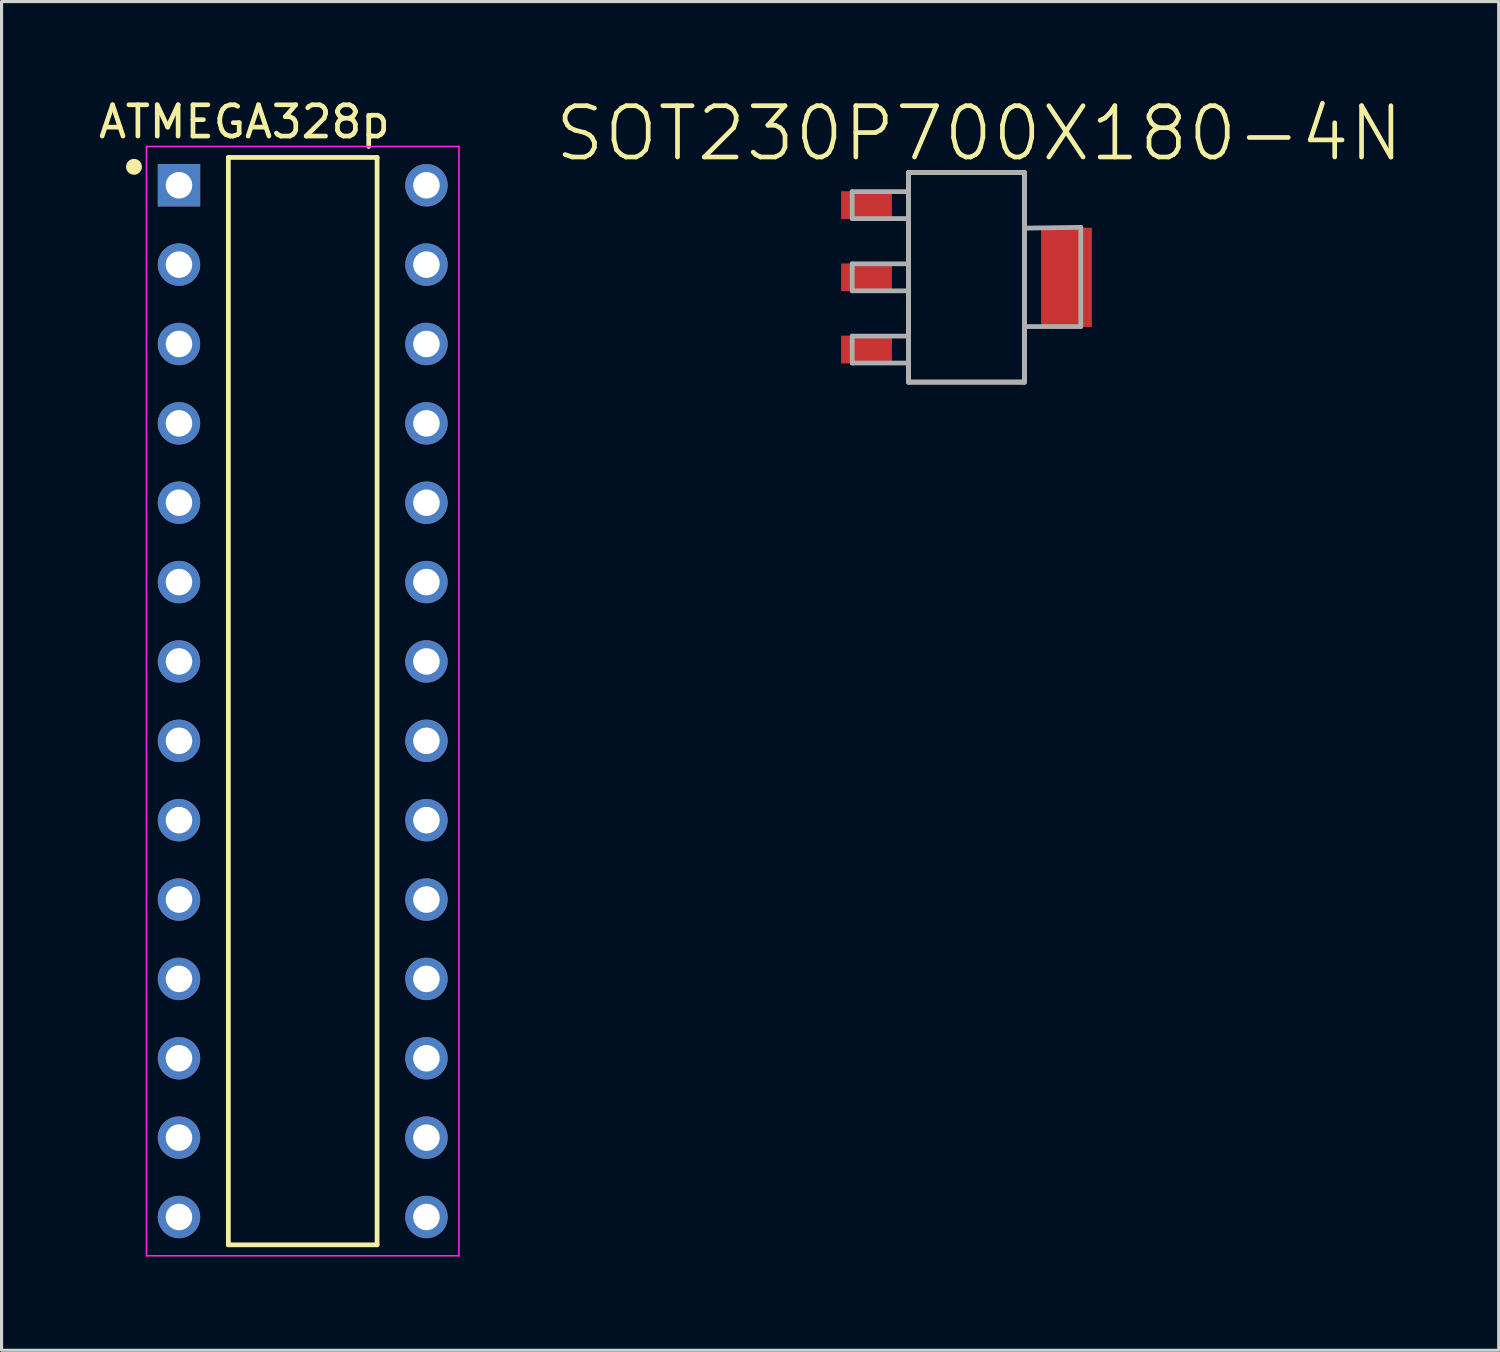
<source format=kicad_pcb>
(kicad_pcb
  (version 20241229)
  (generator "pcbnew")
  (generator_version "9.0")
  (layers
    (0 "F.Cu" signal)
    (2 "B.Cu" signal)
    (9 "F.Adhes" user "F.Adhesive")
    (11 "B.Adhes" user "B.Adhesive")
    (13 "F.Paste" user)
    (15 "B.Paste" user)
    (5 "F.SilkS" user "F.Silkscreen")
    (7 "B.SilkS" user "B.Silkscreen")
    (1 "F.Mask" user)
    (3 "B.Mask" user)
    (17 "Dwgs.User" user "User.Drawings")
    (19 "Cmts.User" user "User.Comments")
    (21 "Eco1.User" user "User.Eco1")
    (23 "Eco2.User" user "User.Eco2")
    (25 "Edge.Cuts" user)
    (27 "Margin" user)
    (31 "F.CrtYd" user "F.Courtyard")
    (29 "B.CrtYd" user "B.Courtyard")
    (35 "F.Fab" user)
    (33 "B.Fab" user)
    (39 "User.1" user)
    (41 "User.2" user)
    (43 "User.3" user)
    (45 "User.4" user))
  (footprint "SOT230P700X180-4N"
    (layer "F.Cu")
    (at 27.882 5.826)
    (property "Reference" "SOT230P700X180-4N" (at 0.407 -4.603 0) (layer "F.SilkS") (effects (font (size 1.642 1.642) (thickness 0.15))))
    (attr smd)
    (fp_line (start -1.854 -3.353) (end -1.854 3.353) (stroke (width 0.152) (type solid)) (layer "F.SilkS"))
    (fp_line (start -1.854 3.353) (end 1.854 3.353) (stroke (width 0.152) (type solid)) (layer "F.SilkS"))
    (fp_line (start 1.854 -3.353) (end -1.854 -3.353) (stroke (width 0.152) (type solid)) (layer "F.SilkS"))
    (fp_line (start 1.854 3.353) (end 1.854 -3.353) (stroke (width 0.152) (type solid)) (layer "F.SilkS"))
    (fp_line (start -3.658 -2.743) (end -3.658 -1.88) (stroke (width 0.152) (type solid)) (layer "F.Fab"))
    (fp_line (start -3.658 -1.88) (end -1.854 -1.88) (stroke (width 0.152) (type solid)) (layer "F.Fab"))
    (fp_line (start -3.658 -0.432) (end -3.658 0.432) (stroke (width 0.152) (type solid)) (layer "F.Fab"))
    (fp_line (start -3.658 0.432) (end -1.854 0.432) (stroke (width 0.152) (type solid)) (layer "F.Fab"))
    (fp_line (start -3.658 1.88) (end -3.658 2.743) (stroke (width 0.152) (type solid)) (layer "F.Fab"))
    (fp_line (start -3.658 2.743) (end -1.854 2.743) (stroke (width 0.152) (type solid)) (layer "F.Fab"))
    (fp_line (start -1.854 -3.353) (end -1.854 3.353) (stroke (width 0.152) (type solid)) (layer "F.Fab"))
    (fp_line (start -1.854 -2.743) (end -3.658 -2.743) (stroke (width 0.152) (type solid)) (layer "F.Fab"))
    (fp_line (start -1.854 -1.88) (end -1.854 -2.743) (stroke (width 0.152) (type solid)) (layer "F.Fab"))
    (fp_line (start -1.854 -0.432) (end -3.658 -0.432) (stroke (width 0.152) (type solid)) (layer "F.Fab"))
    (fp_line (start -1.854 0.432) (end -1.854 -0.432) (stroke (width 0.152) (type solid)) (layer "F.Fab"))
    (fp_line (start -1.854 1.88) (end -3.658 1.88) (stroke (width 0.152) (type solid)) (layer "F.Fab"))
    (fp_line (start -1.854 2.743) (end -1.854 1.88) (stroke (width 0.152) (type solid)) (layer "F.Fab"))
    (fp_line (start -1.854 3.353) (end 1.854 3.353) (stroke (width 0.152) (type solid)) (layer "F.Fab"))
    (fp_line (start 1.854 -3.353) (end -1.854 -3.353) (stroke (width 0.152) (type solid)) (layer "F.Fab"))
    (fp_line (start 1.854 -1.575) (end 1.854 1.575) (stroke (width 0.152) (type solid)) (layer "F.Fab"))
    (fp_line (start 1.854 1.575) (end 3.658 1.575) (stroke (width 0.152) (type solid)) (layer "F.Fab"))
    (fp_line (start 1.854 3.353) (end 1.854 -3.353) (stroke (width 0.152) (type solid)) (layer "F.Fab"))
    (fp_line (start 3.658 -1.6) (end 1.854 -1.575) (stroke (width 0.152) (type solid)) (layer "F.Fab"))
    (fp_line (start 3.658 1.575) (end 3.658 -1.6) (stroke (width 0.152) (type solid)) (layer "F.Fab"))
    (pad "1" smd rect (at -3.2 -2.311) (size 1.626 0.889) (layers "F.Cu" "F.Mask" "F.Paste"))
    (pad "2" smd rect (at -3.2 0) (size 1.626 0.889) (layers "F.Cu" "F.Mask" "F.Paste"))
    (pad "3" smd rect (at -3.2 2.311) (size 1.626 0.889) (layers "F.Cu" "F.Mask" "F.Paste"))
    (pad "4" smd rect (at 3.2 0) (size 1.626 3.175) (layers "F.Cu" "F.Mask" "F.Paste")))
  (footprint "ATMEGA328p"
    (layer "F.Cu")
    (at 6.638 19.389)
    (property "Reference" "ATMEGA328p" (at -1.867 -18.54 0) (layer "F.SilkS") (effects (font (size 1.001 1.001) (thickness 0.15))))
    (attr through_hole)
    (fp_line (start -2.38 -17.4) (end -2.38 17.4) (stroke (width 0.152) (type solid)) (layer "F.SilkS"))
    (fp_line (start 2.38 -17.4) (end -2.38 -17.4) (stroke (width 0.152) (type solid)) (layer "F.SilkS"))
    (fp_line (start 2.38 17.4) (end -2.38 17.4) (stroke (width 0.152) (type solid)) (layer "F.SilkS"))
    (fp_line (start 2.38 17.4) (end 2.38 -17.4) (stroke (width 0.152) (type solid)) (layer "F.SilkS"))
    (fp_circle (center -5.4 -17.1) (end -5.146 -17.1) (stroke (width 0) (type solid)) (fill yes) (layer "F.SilkS"))
    (fp_line (start -5 -17.75) (end 5 -17.75) (stroke (width 0.05) (type solid)) (layer "F.CrtYd"))
    (fp_line (start -5 17.75) (end -5 -17.75) (stroke (width 0.05) (type solid)) (layer "F.CrtYd"))
    (fp_line (start 5 -17.75) (end 5 17.75) (stroke (width 0.05) (type solid)) (layer "F.CrtYd"))
    (fp_line (start 5 17.75) (end -5 17.75) (stroke (width 0.05) (type solid)) (layer "F.CrtYd"))
    (pad "1" thru_hole rect (at -3.96 -16.51) (size 1.358 1.358) (drill 0.85) (layers "*.Cu" "*.Mask"))
    (pad "2" thru_hole circle (at -3.96 -13.97) (size 1.358 1.358) (drill 0.85) (layers "*.Cu" "*.Mask"))
    (pad "3" thru_hole circle (at -3.96 -11.43) (size 1.358 1.358) (drill 0.85) (layers "*.Cu" "*.Mask"))
    (pad "4" thru_hole circle (at -3.96 -8.89) (size 1.358 1.358) (drill 0.85) (layers "*.Cu" "*.Mask"))
    (pad "5" thru_hole circle (at -3.96 -6.35) (size 1.358 1.358) (drill 0.85) (layers "*.Cu" "*.Mask"))
    (pad "6" thru_hole circle (at -3.96 -3.81) (size 1.358 1.358) (drill 0.85) (layers "*.Cu" "*.Mask"))
    (pad "7" thru_hole circle (at -3.96 -1.27) (size 1.358 1.358) (drill 0.85) (layers "*.Cu" "*.Mask"))
    (pad "8" thru_hole circle (at -3.96 1.27) (size 1.358 1.358) (drill 0.85) (layers "*.Cu" "*.Mask"))
    (pad "9" thru_hole circle (at -3.96 3.81) (size 1.358 1.358) (drill 0.85) (layers "*.Cu" "*.Mask"))
    (pad "10" thru_hole circle (at -3.96 6.35) (size 1.358 1.358) (drill 0.85) (layers "*.Cu" "*.Mask"))
    (pad "11" thru_hole circle (at -3.96 8.89) (size 1.358 1.358) (drill 0.85) (layers "*.Cu" "*.Mask"))
    (pad "12" thru_hole circle (at -3.96 11.43) (size 1.358 1.358) (drill 0.85) (layers "*.Cu" "*.Mask"))
    (pad "13" thru_hole circle (at -3.96 13.97) (size 1.358 1.358) (drill 0.85) (layers "*.Cu" "*.Mask"))
    (pad "14" thru_hole circle (at -3.96 16.51) (size 1.358 1.358) (drill 0.85) (layers "*.Cu" "*.Mask"))
    (pad "15" thru_hole circle (at 3.96 16.51) (size 1.358 1.358) (drill 0.85) (layers "*.Cu" "*.Mask"))
    (pad "16" thru_hole circle (at 3.96 13.97) (size 1.358 1.358) (drill 0.85) (layers "*.Cu" "*.Mask"))
    (pad "17" thru_hole circle (at 3.96 11.43) (size 1.358 1.358) (drill 0.85) (layers "*.Cu" "*.Mask"))
    (pad "18" thru_hole circle (at 3.96 8.89) (size 1.358 1.358) (drill 0.85) (layers "*.Cu" "*.Mask"))
    (pad "19" thru_hole circle (at 3.96 6.35) (size 1.358 1.358) (drill 0.85) (layers "*.Cu" "*.Mask"))
    (pad "20" thru_hole circle (at 3.96 3.81) (size 1.358 1.358) (drill 0.85) (layers "*.Cu" "*.Mask"))
    (pad "21" thru_hole circle (at 3.96 1.27) (size 1.358 1.358) (drill 0.85) (layers "*.Cu" "*.Mask"))
    (pad "22" thru_hole circle (at 3.96 -1.27) (size 1.358 1.358) (drill 0.85) (layers "*.Cu" "*.Mask"))
    (pad "23" thru_hole circle (at 3.96 -3.81) (size 1.358 1.358) (drill 0.85) (layers "*.Cu" "*.Mask"))
    (pad "24" thru_hole circle (at 3.96 -6.35) (size 1.358 1.358) (drill 0.85) (layers "*.Cu" "*.Mask"))
    (pad "25" thru_hole circle (at 3.96 -8.89) (size 1.358 1.358) (drill 0.85) (layers "*.Cu" "*.Mask"))
    (pad "26" thru_hole circle (at 3.96 -11.43) (size 1.358 1.358) (drill 0.85) (layers "*.Cu" "*.Mask"))
    (pad "27" thru_hole circle (at 3.96 -13.97) (size 1.358 1.358) (drill 0.85) (layers "*.Cu" "*.Mask"))
    (pad "28" thru_hole circle (at 3.96 -16.51) (size 1.358 1.358) (drill 0.85) (layers "*.Cu" "*.Mask")))
  (gr_rect
    (start -3 -3)
    (end 44.914 40.164)
    (stroke (width 0.1) (type default))
    (fill no)
    (layer "Edge.Cuts")))
</source>
